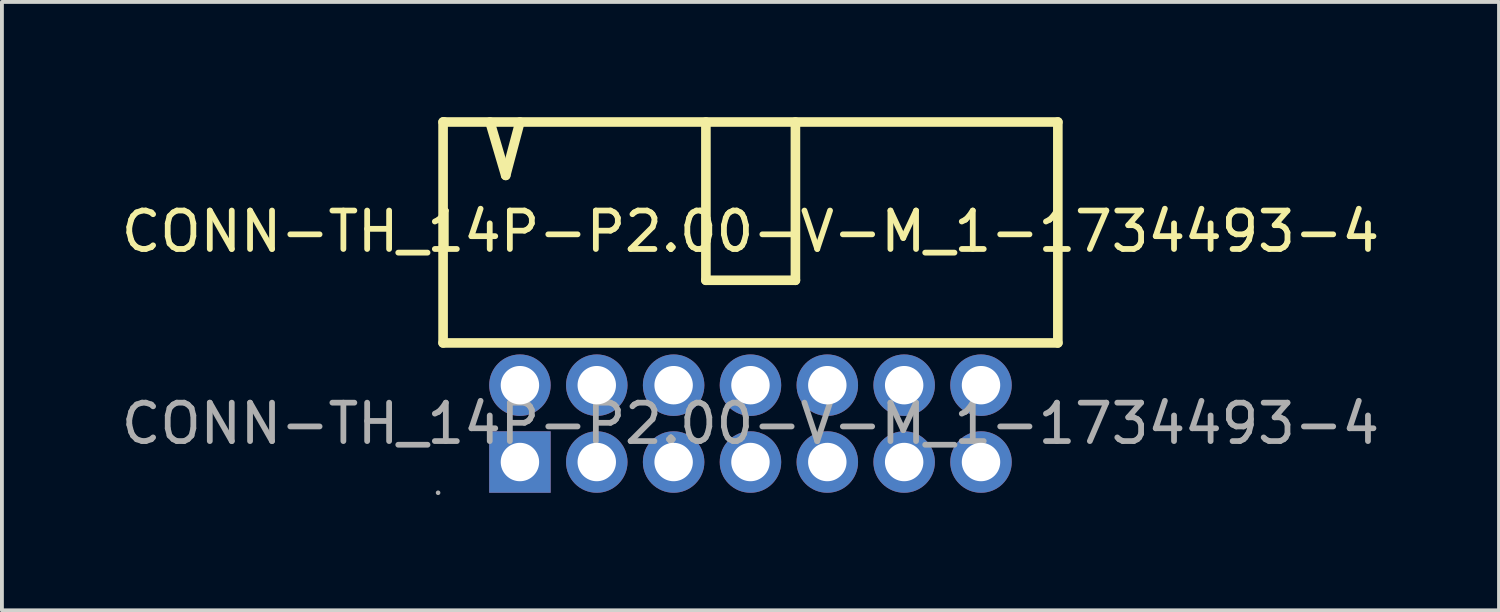
<source format=kicad_pcb>
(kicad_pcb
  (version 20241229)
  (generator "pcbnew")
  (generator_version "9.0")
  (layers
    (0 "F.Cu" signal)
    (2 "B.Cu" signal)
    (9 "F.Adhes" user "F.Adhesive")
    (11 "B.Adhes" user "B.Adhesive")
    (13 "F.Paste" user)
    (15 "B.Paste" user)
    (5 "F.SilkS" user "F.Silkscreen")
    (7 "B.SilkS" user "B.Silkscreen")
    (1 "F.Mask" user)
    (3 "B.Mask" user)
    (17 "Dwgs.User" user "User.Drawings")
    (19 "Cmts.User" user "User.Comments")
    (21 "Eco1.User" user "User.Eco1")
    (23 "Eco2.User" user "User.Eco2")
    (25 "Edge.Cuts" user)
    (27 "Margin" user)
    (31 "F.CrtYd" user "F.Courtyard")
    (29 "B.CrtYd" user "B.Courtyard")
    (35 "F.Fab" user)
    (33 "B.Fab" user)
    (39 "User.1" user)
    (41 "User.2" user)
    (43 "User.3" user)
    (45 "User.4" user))
  (footprint "CONN-TH_14P-P2.00-V-M_1-1734493-4"
    (layer "F.Cu")
    (at 16.482 7.975)
    (property "Reference" "CONN-TH_14P-P2.00-V-M_1-1734493-4" (at 0 -5 0) (layer "F.SilkS") (effects (font (size 1 1) (thickness 0.15))))
    (attr through_hole)
    (fp_line (start -8 -7.85) (end -8 -2.1) (stroke (width 0.25) (type solid)) (layer "F.SilkS"))
    (fp_line (start -8 -7.85) (end -7.97 -7.85) (stroke (width 0.25) (type solid)) (layer "F.SilkS"))
    (fp_line (start -7.97 -7.85) (end 8 -7.85) (stroke (width 0.25) (type solid)) (layer "F.SilkS"))
    (fp_line (start -6.78 -7.85) (end -6.37 -6.46) (stroke (width 0.25) (type solid)) (layer "F.SilkS"))
    (fp_line (start -6.37 -6.46) (end -6 -7.85) (stroke (width 0.25) (type solid)) (layer "F.SilkS"))
    (fp_line (start -1.16 -7.85) (end -1.16 -3.73) (stroke (width 0.25) (type solid)) (layer "F.SilkS"))
    (fp_line (start -1.16 -3.73) (end 1.17 -3.73) (stroke (width 0.25) (type solid)) (layer "F.SilkS"))
    (fp_line (start 1.17 -3.73) (end 1.17 -7.85) (stroke (width 0.25) (type solid)) (layer "F.SilkS"))
    (fp_line (start 8 -7.85) (end 8 -2.1) (stroke (width 0.25) (type solid)) (layer "F.SilkS"))
    (fp_line (start 8 -2.1) (end -8 -2.1) (stroke (width 0.25) (type solid)) (layer "F.SilkS"))
    (fp_circle (center -8.13 1.8) (end -8.1 1.8) (stroke (width 0.06) (type solid)) (fill no) (layer "F.Fab"))
    (fp_circle (center -6 -1) (end -5.8 -1) (stroke (width 0.4) (type solid)) (fill no) (layer "F.Fab"))
    (fp_circle (center -6 1) (end -5.8 1) (stroke (width 0.4) (type solid)) (fill no) (layer "F.Fab"))
    (fp_circle (center -4 -1) (end -3.8 -1) (stroke (width 0.4) (type solid)) (fill no) (layer "F.Fab"))
    (fp_circle (center -4 1) (end -3.8 1) (stroke (width 0.4) (type solid)) (fill no) (layer "F.Fab"))
    (fp_circle (center -2 -1) (end -1.8 -1) (stroke (width 0.4) (type solid)) (fill no) (layer "F.Fab"))
    (fp_circle (center -2 1) (end -1.8 1) (stroke (width 0.4) (type solid)) (fill no) (layer "F.Fab"))
    (fp_circle (center 0 -1) (end 0.2 -1) (stroke (width 0.4) (type solid)) (fill no) (layer "F.Fab"))
    (fp_circle (center 0 1) (end 0.2 1) (stroke (width 0.4) (type solid)) (fill no) (layer "F.Fab"))
    (fp_circle (center 2 -1) (end 2.2 -1) (stroke (width 0.4) (type solid)) (fill no) (layer "F.Fab"))
    (fp_circle (center 2 1) (end 2.2 1) (stroke (width 0.4) (type solid)) (fill no) (layer "F.Fab"))
    (fp_circle (center 4 -1) (end 4.2 -1) (stroke (width 0.4) (type solid)) (fill no) (layer "F.Fab"))
    (fp_circle (center 4 1) (end 4.2 1) (stroke (width 0.4) (type solid)) (fill no) (layer "F.Fab"))
    (fp_circle (center 6 -1) (end 6.2 -1) (stroke (width 0.4) (type solid)) (fill no) (layer "F.Fab"))
    (fp_circle (center 6 1) (end 6.2 1) (stroke (width 0.4) (type solid)) (fill no) (layer "F.Fab"))
    (fp_text user "${REFERENCE}" (at 0 0 0) (layer "F.Fab") (effects (font (size 1 1) (thickness 0.15))))
    (pad "1" thru_hole rect (at -6 1) (size 1.6 1.6) (drill 1) (layers "*.Cu" "*.Mask"))
    (pad "2" thru_hole circle (at -6 -1) (size 1.6 1.6) (drill 1) (layers "*.Cu" "*.Mask"))
    (pad "3" thru_hole circle (at -4 1) (size 1.6 1.6) (drill 1) (layers "*.Cu" "*.Mask"))
    (pad "4" thru_hole circle (at -4 -1) (size 1.6 1.6) (drill 1) (layers "*.Cu" "*.Mask"))
    (pad "5" thru_hole circle (at -2 1) (size 1.6 1.6) (drill 1) (layers "*.Cu" "*.Mask"))
    (pad "6" thru_hole circle (at -2 -1) (size 1.6 1.6) (drill 1) (layers "*.Cu" "*.Mask"))
    (pad "7" thru_hole circle (at 0 1) (size 1.6 1.6) (drill 1) (layers "*.Cu" "*.Mask"))
    (pad "8" thru_hole circle (at 0 -1) (size 1.6 1.6) (drill 1) (layers "*.Cu" "*.Mask"))
    (pad "9" thru_hole circle (at 2 1) (size 1.6 1.6) (drill 1) (layers "*.Cu" "*.Mask"))
    (pad "10" thru_hole circle (at 2 -1) (size 1.6 1.6) (drill 1) (layers "*.Cu" "*.Mask"))
    (pad "11" thru_hole circle (at 4 1) (size 1.6 1.6) (drill 1) (layers "*.Cu" "*.Mask"))
    (pad "12" thru_hole circle (at 4 -1) (size 1.6 1.6) (drill 1) (layers "*.Cu" "*.Mask"))
    (pad "13" thru_hole circle (at 6 1) (size 1.6 1.6) (drill 1) (layers "*.Cu" "*.Mask"))
    (pad "14" thru_hole circle (at 6 -1) (size 1.6 1.6) (drill 1) (layers "*.Cu" "*.Mask")))
  (gr_rect
    (start -3 -3)
    (end 35.964 12.835)
    (stroke (width 0.1) (type default))
    (fill no)
    (layer "Edge.Cuts")))
</source>
